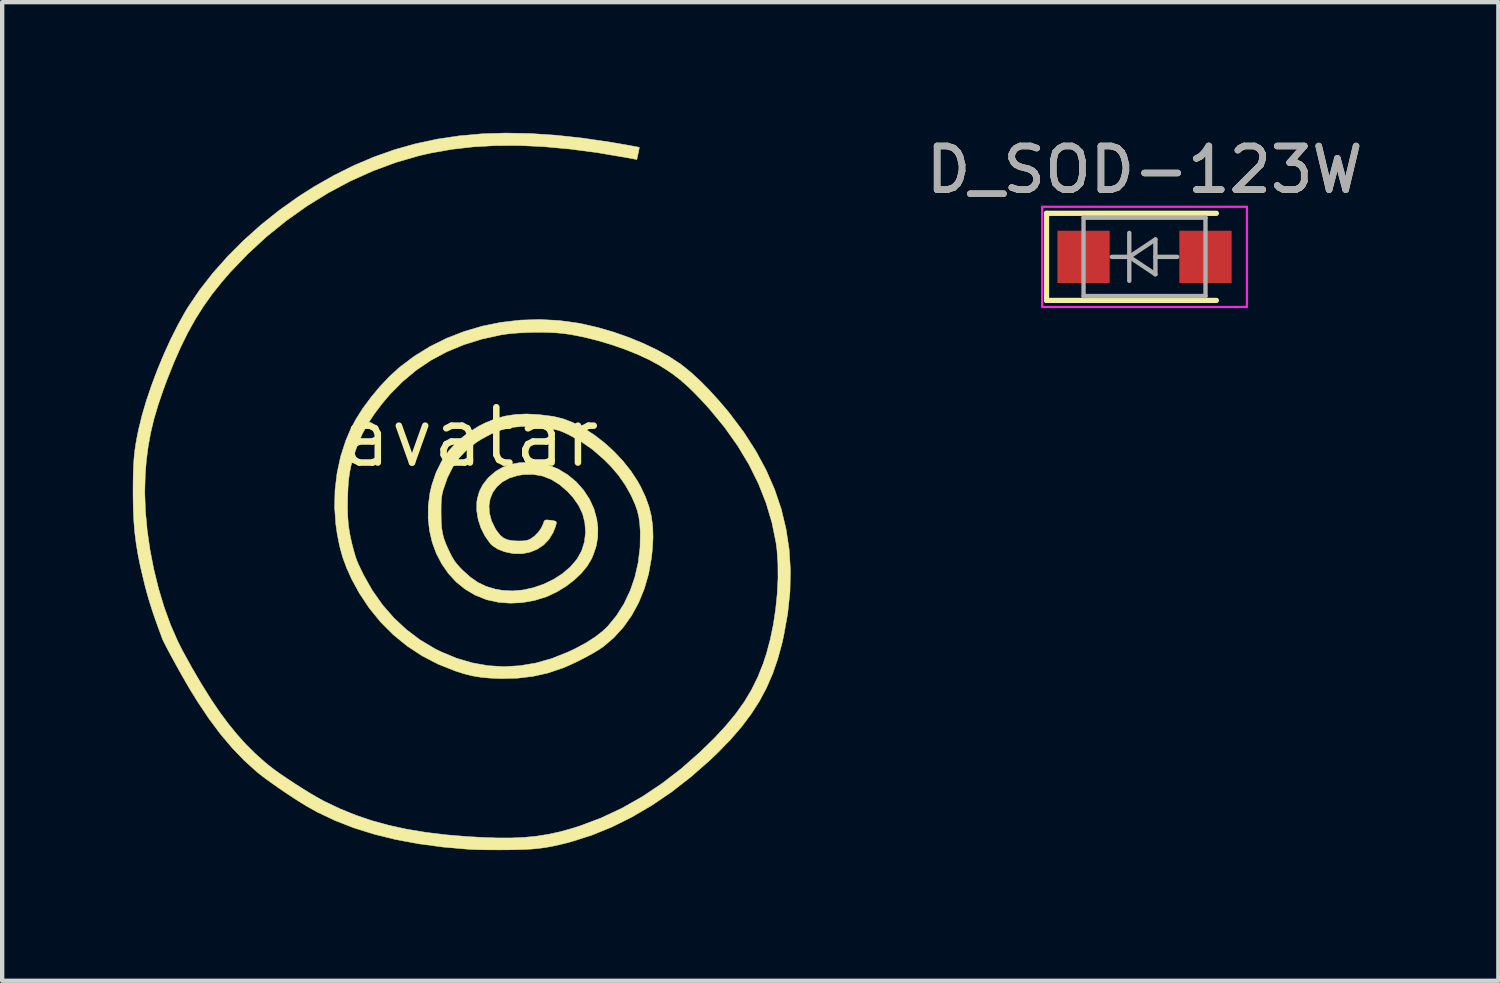
<source format=kicad_pcb>
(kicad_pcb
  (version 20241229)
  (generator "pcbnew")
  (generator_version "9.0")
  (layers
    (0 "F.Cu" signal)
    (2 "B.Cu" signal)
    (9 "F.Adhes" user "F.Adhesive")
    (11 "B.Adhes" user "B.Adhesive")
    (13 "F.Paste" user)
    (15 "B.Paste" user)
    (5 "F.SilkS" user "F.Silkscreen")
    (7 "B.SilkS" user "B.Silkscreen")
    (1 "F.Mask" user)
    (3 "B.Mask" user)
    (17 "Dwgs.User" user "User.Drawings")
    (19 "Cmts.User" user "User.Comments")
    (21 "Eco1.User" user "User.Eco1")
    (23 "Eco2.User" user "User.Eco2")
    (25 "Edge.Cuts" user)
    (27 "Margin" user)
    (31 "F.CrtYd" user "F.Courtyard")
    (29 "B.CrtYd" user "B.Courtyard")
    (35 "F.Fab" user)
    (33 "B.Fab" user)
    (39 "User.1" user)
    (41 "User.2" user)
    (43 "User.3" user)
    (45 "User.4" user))
  (footprint "avatar"
    (layer "F.Cu")
    (at 7.741 6.991)
    (property "Reference" "avatar" (at 0 0 0) (layer "F.SilkS") (effects (font (size 1.27 1.27) (thickness 0.15))))
    (attr through_hole)
    (fp_poly (pts (xy 1.386 -6.975) (xy 1.977 -6.936) (xy 2.594 -6.869) (xy 3.24 -6.774) (xy 3.514 -6.727) (xy 3.633 -6.706) (xy 3.737 -6.687) (xy 3.819 -6.672) (xy 3.871 -6.662) (xy 3.888 -6.659) (xy 3.886 -6.637) (xy 3.876 -6.581) (xy 3.858 -6.497) (xy 3.842 -6.422) (xy 3.832 -6.378) (xy 3.562 -6.428) (xy 2.912 -6.538) (xy 2.292 -6.619) (xy 1.701 -6.673) (xy 1.136 -6.7) (xy 0.595 -6.698) (xy 0.078 -6.669) (xy -0.419 -6.612) (xy -0.896 -6.528) (xy -1.171 -6.465) (xy -1.702 -6.311) (xy -2.227 -6.117) (xy -2.744 -5.884) (xy -3.249 -5.615) (xy -3.741 -5.311) (xy -4.215 -4.974) (xy -4.67 -4.607) (xy -5.101 -4.21) (xy -5.507 -3.787) (xy -5.706 -3.556) (xy -5.92 -3.287) (xy -6.117 -3.01) (xy -6.301 -2.72) (xy -6.474 -2.41) (xy -6.639 -2.076) (xy -6.799 -1.714) (xy -6.957 -1.317) (xy -7.041 -1.092) (xy -7.16 -0.743) (xy -7.257 -0.416) (xy -7.332 -0.101) (xy -7.389 0.213) (xy -7.431 0.538) (xy -7.455 0.843) (xy -7.467 1.258) (xy -7.452 1.691) (xy -7.411 2.137) (xy -7.346 2.588) (xy -7.258 3.038) (xy -7.149 3.479) (xy -7.02 3.906) (xy -6.873 4.31) (xy -6.708 4.686) (xy -6.602 4.896) (xy -6.38 5.299) (xy -6.166 5.664) (xy -5.959 5.996) (xy -5.756 6.297) (xy -5.554 6.57) (xy -5.351 6.82) (xy -5.145 7.049) (xy -4.932 7.261) (xy -4.711 7.458) (xy -4.602 7.548) (xy -4.489 7.634) (xy -4.348 7.735) (xy -4.185 7.845) (xy -4.011 7.96) (xy -3.833 8.073) (xy -3.66 8.179) (xy -3.499 8.273) (xy -3.36 8.35) (xy -3.334 8.363) (xy -2.985 8.529) (xy -2.626 8.675) (xy -2.254 8.802) (xy -1.863 8.909) (xy -1.451 8.999) (xy -1.013 9.071) (xy -0.546 9.128) (xy -0.045 9.169) (xy 0.298 9.188) (xy 0.649 9.2) (xy 0.967 9.199) (xy 1.26 9.185) (xy 1.536 9.158) (xy 1.801 9.116) (xy 2.065 9.058) (xy 2.335 8.984) (xy 2.529 8.922) (xy 3.012 8.74) (xy 3.484 8.519) (xy 3.946 8.258) (xy 4.398 7.957) (xy 4.842 7.616) (xy 5.278 7.233) (xy 5.611 6.908) (xy 5.874 6.625) (xy 6.102 6.35) (xy 6.297 6.077) (xy 6.464 5.799) (xy 6.607 5.51) (xy 6.73 5.203) (xy 6.809 4.964) (xy 6.895 4.641) (xy 6.966 4.299) (xy 7.019 3.946) (xy 7.055 3.59) (xy 7.073 3.241) (xy 7.071 2.906) (xy 7.05 2.594) (xy 7.028 2.424) (xy 6.934 1.961) (xy 6.799 1.508) (xy 6.623 1.063) (xy 6.407 0.627) (xy 6.149 0.198) (xy 5.85 -0.224) (xy 5.51 -0.638) (xy 5.329 -0.837) (xy 5.15 -1.023) (xy 4.987 -1.181) (xy 4.831 -1.318) (xy 4.674 -1.44) (xy 4.507 -1.554) (xy 4.352 -1.651) (xy 4.118 -1.779) (xy 3.85 -1.903) (xy 3.558 -2.02) (xy 3.25 -2.127) (xy 2.935 -2.221) (xy 2.623 -2.299) (xy 2.323 -2.358) (xy 2.156 -2.382) (xy 1.977 -2.399) (xy 1.771 -2.409) (xy 1.549 -2.411) (xy 1.322 -2.407) (xy 1.102 -2.395) (xy 0.9 -2.378) (xy 0.729 -2.354) (xy 0.72 -2.353) (xy 0.276 -2.255) (xy -0.139 -2.126) (xy -0.528 -1.965) (xy -0.891 -1.771) (xy -1.23 -1.543) (xy -1.545 -1.281) (xy -1.839 -0.984) (xy -2.013 -0.778) (xy -2.194 -0.539) (xy -2.343 -0.313) (xy -2.467 -0.088) (xy -2.569 0.142) (xy -2.634 0.321) (xy -2.69 0.499) (xy -2.733 0.659) (xy -2.764 0.815) (xy -2.786 0.978) (xy -2.8 1.159) (xy -2.808 1.37) (xy -2.809 1.386) (xy -2.812 1.626) (xy -2.805 1.835) (xy -2.789 2.028) (xy -2.76 2.215) (xy -2.719 2.409) (xy -2.688 2.529) (xy -2.658 2.641) (xy -2.631 2.732) (xy -2.603 2.813) (xy -2.57 2.894) (xy -2.527 2.987) (xy -2.471 3.102) (xy -2.442 3.162) (xy -2.241 3.517) (xy -2.01 3.845) (xy -1.75 4.144) (xy -1.462 4.413) (xy -1.149 4.649) (xy -0.812 4.851) (xy -0.666 4.924) (xy -0.307 5.073) (xy 0.053 5.179) (xy 0.416 5.244) (xy 0.78 5.266) (xy 1.145 5.245) (xy 1.513 5.183) (xy 1.883 5.078) (xy 2.254 4.93) (xy 2.417 4.853) (xy 2.668 4.718) (xy 2.88 4.582) (xy 3.056 4.443) (xy 3.166 4.337) (xy 3.366 4.093) (xy 3.537 3.821) (xy 3.678 3.525) (xy 3.787 3.208) (xy 3.863 2.874) (xy 3.905 2.528) (xy 3.911 2.173) (xy 3.91 2.151) (xy 3.898 1.976) (xy 3.877 1.824) (xy 3.842 1.682) (xy 3.79 1.536) (xy 3.718 1.374) (xy 3.693 1.323) (xy 3.568 1.098) (xy 3.421 0.886) (xy 3.245 0.678) (xy 3.087 0.518) (xy 2.819 0.284) (xy 2.539 0.089) (xy 2.255 -0.066) (xy 2.159 -0.11) (xy 2.079 -0.143) (xy 2.001 -0.167) (xy 1.912 -0.187) (xy 1.8 -0.206) (xy 1.743 -0.214) (xy 1.454 -0.246) (xy 1.192 -0.25) (xy 0.949 -0.225) (xy 0.718 -0.169) (xy 0.492 -0.08) (xy 0.265 0.042) (xy 0.146 0.117) (xy -0.065 0.28) (xy -0.246 0.469) (xy -0.396 0.685) (xy -0.519 0.931) (xy -0.615 1.209) (xy -0.619 1.225) (xy -0.637 1.296) (xy -0.649 1.368) (xy -0.657 1.45) (xy -0.662 1.55) (xy -0.663 1.68) (xy -0.663 1.736) (xy -0.66 1.92) (xy -0.65 2.073) (xy -0.629 2.208) (xy -0.595 2.335) (xy -0.545 2.467) (xy -0.478 2.614) (xy -0.463 2.644) (xy -0.408 2.752) (xy -0.356 2.837) (xy -0.298 2.913) (xy -0.224 2.995) (xy -0.172 3.049) (xy 0.006 3.209) (xy 0.184 3.333) (xy 0.372 3.423) (xy 0.578 3.485) (xy 0.741 3.514) (xy 0.975 3.527) (xy 1.216 3.506) (xy 1.458 3.453) (xy 1.695 3.371) (xy 1.918 3.263) (xy 2.123 3.131) (xy 2.302 2.979) (xy 2.449 2.809) (xy 2.464 2.788) (xy 2.565 2.604) (xy 2.628 2.403) (xy 2.653 2.189) (xy 2.653 2.17) (xy 2.637 1.956) (xy 2.586 1.756) (xy 2.497 1.568) (xy 2.369 1.385) (xy 2.244 1.248) (xy 2.059 1.087) (xy 1.866 0.967) (xy 1.664 0.889) (xy 1.453 0.852) (xy 1.233 0.856) (xy 1.095 0.878) (xy 0.907 0.936) (xy 0.749 1.022) (xy 0.621 1.132) (xy 0.526 1.263) (xy 0.464 1.41) (xy 0.438 1.571) (xy 0.448 1.741) (xy 0.495 1.918) (xy 0.582 2.096) (xy 0.619 2.153) (xy 0.693 2.247) (xy 0.772 2.313) (xy 0.865 2.354) (xy 0.982 2.375) (xy 1.111 2.381) (xy 1.213 2.379) (xy 1.286 2.371) (xy 1.342 2.356) (xy 1.389 2.334) (xy 1.481 2.27) (xy 1.567 2.182) (xy 1.638 2.084) (xy 1.68 1.992) (xy 1.7 1.933) (xy 1.721 1.905) (xy 1.753 1.897) (xy 1.778 1.898) (xy 1.85 1.904) (xy 1.919 1.915) (xy 1.968 1.927) (xy 1.984 1.948) (xy 1.98 1.992) (xy 1.979 1.996) (xy 1.963 2.051) (xy 1.934 2.126) (xy 1.905 2.195) (xy 1.813 2.346) (xy 1.691 2.472) (xy 1.544 2.571) (xy 1.377 2.638) (xy 1.196 2.673) (xy 1.008 2.671) (xy 0.976 2.667) (xy 0.793 2.628) (xy 0.638 2.567) (xy 0.515 2.487) (xy 0.465 2.437) (xy 0.345 2.268) (xy 0.251 2.081) (xy 0.187 1.882) (xy 0.155 1.681) (xy 0.157 1.487) (xy 0.168 1.414) (xy 0.216 1.243) (xy 0.292 1.093) (xy 0.401 0.952) (xy 0.443 0.908) (xy 0.589 0.783) (xy 0.748 0.689) (xy 0.926 0.624) (xy 1.128 0.585) (xy 1.36 0.572) (xy 1.373 0.572) (xy 1.488 0.573) (xy 1.576 0.579) (xy 1.652 0.591) (xy 1.732 0.612) (xy 1.797 0.633) (xy 2.035 0.733) (xy 2.251 0.866) (xy 2.444 1.027) (xy 2.609 1.213) (xy 2.745 1.42) (xy 2.847 1.643) (xy 2.912 1.879) (xy 2.937 2.076) (xy 2.934 2.294) (xy 2.898 2.502) (xy 2.827 2.71) (xy 2.79 2.794) (xy 2.692 2.958) (xy 2.558 3.121) (xy 2.395 3.276) (xy 2.209 3.419) (xy 2.006 3.544) (xy 1.793 3.646) (xy 1.757 3.661) (xy 1.487 3.745) (xy 1.208 3.795) (xy 0.928 3.809) (xy 0.654 3.789) (xy 0.395 3.732) (xy 0.36 3.721) (xy 0.112 3.62) (xy -0.115 3.485) (xy -0.318 3.32) (xy -0.496 3.126) (xy -0.647 2.909) (xy -0.771 2.671) (xy -0.866 2.415) (xy -0.929 2.144) (xy -0.96 1.863) (xy -0.957 1.573) (xy -0.919 1.279) (xy -0.878 1.103) (xy -0.78 0.812) (xy -0.649 0.547) (xy -0.484 0.307) (xy -0.286 0.093) (xy -0.054 -0.097) (xy 0.213 -0.262) (xy 0.349 -0.33) (xy 0.572 -0.422) (xy 0.801 -0.486) (xy 1.041 -0.524) (xy 1.299 -0.536) (xy 1.579 -0.522) (xy 1.888 -0.483) (xy 1.919 -0.479) (xy 2.146 -0.423) (xy 2.381 -0.331) (xy 2.619 -0.207) (xy 2.856 -0.053) (xy 3.087 0.125) (xy 3.306 0.324) (xy 3.51 0.541) (xy 3.693 0.771) (xy 3.851 1.011) (xy 3.923 1.141) (xy 4.03 1.369) (xy 4.11 1.59) (xy 4.165 1.812) (xy 4.196 2.043) (xy 4.204 2.29) (xy 4.19 2.562) (xy 4.167 2.773) (xy 4.103 3.133) (xy 4.005 3.474) (xy 3.875 3.794) (xy 3.714 4.09) (xy 3.523 4.36) (xy 3.304 4.601) (xy 3.064 4.806) (xy 2.965 4.873) (xy 2.836 4.951) (xy 2.686 5.034) (xy 2.526 5.118) (xy 2.364 5.196) (xy 2.211 5.265) (xy 2.117 5.303) (xy 1.785 5.414) (xy 1.448 5.489) (xy 1.097 5.531) (xy 0.727 5.541) (xy 0.656 5.539) (xy 0.435 5.528) (xy 0.243 5.509) (xy 0.065 5.48) (xy -0.111 5.437) (xy -0.299 5.379) (xy -0.342 5.364) (xy -0.733 5.208) (xy -1.101 5.017) (xy -1.444 4.792) (xy -1.76 4.534) (xy -2.05 4.244) (xy -2.312 3.923) (xy -2.545 3.572) (xy -2.72 3.249) (xy -2.833 2.998) (xy -2.924 2.751) (xy -2.994 2.496) (xy -3.048 2.222) (xy -3.081 1.99) (xy -3.108 1.6) (xy -3.098 1.207) (xy -3.051 0.817) (xy -2.969 0.438) (xy -2.851 0.074) (xy -2.742 -0.183) (xy -2.614 -0.423) (xy -2.455 -0.672) (xy -2.27 -0.922) (xy -2.068 -1.164) (xy -1.855 -1.389) (xy -1.637 -1.59) (xy -1.621 -1.604) (xy -1.283 -1.859) (xy -0.921 -2.083) (xy -0.537 -2.273) (xy -0.134 -2.43) (xy 0.284 -2.553) (xy 0.714 -2.64) (xy 1.153 -2.691) (xy 1.598 -2.705) (xy 2.045 -2.682) (xy 2.491 -2.621) (xy 2.589 -2.602) (xy 2.944 -2.519) (xy 3.298 -2.416) (xy 3.646 -2.294) (xy 3.979 -2.157) (xy 4.293 -2.008) (xy 4.58 -1.849) (xy 4.833 -1.683) (xy 4.896 -1.636) (xy 5.083 -1.483) (xy 5.285 -1.297) (xy 5.495 -1.085) (xy 5.708 -0.851) (xy 5.92 -0.602) (xy 5.966 -0.545) (xy 6.286 -0.119) (xy 6.563 0.312) (xy 6.799 0.749) (xy 6.994 1.193) (xy 7.147 1.645) (xy 7.258 2.105) (xy 7.329 2.575) (xy 7.359 3.054) (xy 7.348 3.543) (xy 7.296 4.044) (xy 7.204 4.557) (xy 7.165 4.731) (xy 7.067 5.092) (xy 6.95 5.43) (xy 6.811 5.75) (xy 6.648 6.057) (xy 6.457 6.354) (xy 6.236 6.648) (xy 5.982 6.942) (xy 5.692 7.24) (xy 5.508 7.416) (xy 5.074 7.797) (xy 4.63 8.143) (xy 4.178 8.45) (xy 3.72 8.719) (xy 3.257 8.949) (xy 2.791 9.139) (xy 2.323 9.287) (xy 2.223 9.314) (xy 2.044 9.357) (xy 1.884 9.392) (xy 1.735 9.419) (xy 1.586 9.439) (xy 1.43 9.454) (xy 1.257 9.464) (xy 1.059 9.47) (xy 0.847 9.473) (xy 0.674 9.474) (xy 0.5 9.473) (xy 0.334 9.472) (xy 0.185 9.469) (xy 0.061 9.465) (xy -0.021 9.461) (xy -0.617 9.409) (xy -1.177 9.334) (xy -1.705 9.236) (xy -2.2 9.114) (xy -2.664 8.969) (xy -3.099 8.8) (xy -3.506 8.606) (xy -3.739 8.476) (xy -3.882 8.389) (xy -4.043 8.287) (xy -4.212 8.175) (xy -4.383 8.059) (xy -4.546 7.944) (xy -4.696 7.836) (xy -4.823 7.739) (xy -4.9 7.677) (xy -5.185 7.419) (xy -5.461 7.132) (xy -5.73 6.813) (xy -5.994 6.46) (xy -6.255 6.069) (xy -6.434 5.779) (xy -6.505 5.658) (xy -6.582 5.523) (xy -6.664 5.379) (xy -6.745 5.232) (xy -6.824 5.088) (xy -6.898 4.953) (xy -6.962 4.832) (xy -7.013 4.732) (xy -7.05 4.658) (xy -7.065 4.621) (xy -7.151 4.388) (xy -7.223 4.187) (xy -7.284 4.01) (xy -7.336 3.849) (xy -7.382 3.698) (xy -7.425 3.548) (xy -7.466 3.392) (xy -7.491 3.291) (xy -7.562 2.99) (xy -7.619 2.713) (xy -7.663 2.451) (xy -7.696 2.193) (xy -7.718 1.928) (xy -7.731 1.645) (xy -7.736 1.335) (xy -7.736 1.249) (xy -7.735 1.009) (xy -7.731 0.803) (xy -7.724 0.623) (xy -7.712 0.46) (xy -7.696 0.306) (xy -7.673 0.152) (xy -7.644 -0.009) (xy -7.608 -0.187) (xy -7.607 -0.189) (xy -7.53 -0.504) (xy -7.43 -0.843) (xy -7.31 -1.197) (xy -7.174 -1.557) (xy -7.025 -1.915) (xy -6.867 -2.261) (xy -6.703 -2.586) (xy -6.538 -2.883) (xy -6.478 -2.982) (xy -6.21 -3.379) (xy -5.904 -3.771) (xy -5.563 -4.154) (xy -5.192 -4.526) (xy -4.795 -4.881) (xy -4.375 -5.216) (xy -3.936 -5.528) (xy -3.577 -5.756) (xy -3.122 -6.015) (xy -2.664 -6.242) (xy -2.2 -6.439) (xy -1.73 -6.605) (xy -1.249 -6.74) (xy -0.756 -6.846) (xy -0.249 -6.922) (xy 0.276 -6.969) (xy 0.82 -6.986) (xy 1.386 -6.975)) (stroke (width 0.01) (type solid)) (fill yes) (layer "F.SilkS")))
  (footprint "D_SOD-123W"
    (layer "F.Cu")
    (at 23.23 2.848)
    (property "Reference" "D_SOD-123W" (at 0 -2 0) (layer "F.SilkS") (effects (font (size 1 1) (thickness 0.15))))
    (attr smd)
    (fp_line (start -2.25 -1) (end -2.25 1) (stroke (width 0.12) (type solid)) (layer "F.SilkS"))
    (fp_line (start -2.25 -1) (end 1.65 -1) (stroke (width 0.12) (type solid)) (layer "F.SilkS"))
    (fp_line (start -2.25 1) (end 1.65 1) (stroke (width 0.12) (type solid)) (layer "F.SilkS"))
    (fp_line (start -2.35 -1.15) (end -2.35 1.15) (stroke (width 0.05) (type solid)) (layer "F.CrtYd"))
    (fp_line (start -2.35 -1.15) (end 2.35 -1.15) (stroke (width 0.05) (type solid)) (layer "F.CrtYd"))
    (fp_line (start 2.35 -1.15) (end 2.35 1.15) (stroke (width 0.05) (type solid)) (layer "F.CrtYd"))
    (fp_line (start 2.35 1.15) (end -2.35 1.15) (stroke (width 0.05) (type solid)) (layer "F.CrtYd"))
    (fp_line (start -1.4 -0.9) (end 1.4 -0.9) (stroke (width 0.1) (type solid)) (layer "F.Fab"))
    (fp_line (start -1.4 0.9) (end -1.4 -0.9) (stroke (width 0.1) (type solid)) (layer "F.Fab"))
    (fp_line (start -0.75 0) (end -0.35 0) (stroke (width 0.1) (type solid)) (layer "F.Fab"))
    (fp_line (start -0.35 0) (end -0.35 -0.55) (stroke (width 0.1) (type solid)) (layer "F.Fab"))
    (fp_line (start -0.35 0) (end -0.35 0.55) (stroke (width 0.1) (type solid)) (layer "F.Fab"))
    (fp_line (start -0.35 0) (end 0.25 -0.4) (stroke (width 0.1) (type solid)) (layer "F.Fab"))
    (fp_line (start 0.25 -0.4) (end 0.25 0.4) (stroke (width 0.1) (type solid)) (layer "F.Fab"))
    (fp_line (start 0.25 0) (end 0.75 0) (stroke (width 0.1) (type solid)) (layer "F.Fab"))
    (fp_line (start 0.25 0.4) (end -0.35 0) (stroke (width 0.1) (type solid)) (layer "F.Fab"))
    (fp_line (start 1.4 -0.9) (end 1.4 0.9) (stroke (width 0.1) (type solid)) (layer "F.Fab"))
    (fp_line (start 1.4 0.9) (end -1.4 0.9) (stroke (width 0.1) (type solid)) (layer "F.Fab"))
    (fp_text user "${REFERENCE}" (at 0 -2 0) (layer "F.Fab") (effects (font (size 1 1) (thickness 0.15))))
    (pad "1" smd rect (at -1.4 0) (size 1.2 1.2) (layers "F.Cu" "F.Mask" "F.Paste"))
    (pad "2" smd rect (at 1.4 0) (size 1.2 1.2) (layers "F.Cu" "F.Mask" "F.Paste")))
  (gr_rect
    (start -3 -3)
    (end 31.355 19.47)
    (stroke (width 0.1) (type default))
    (fill no)
    (layer "Edge.Cuts")))
</source>
